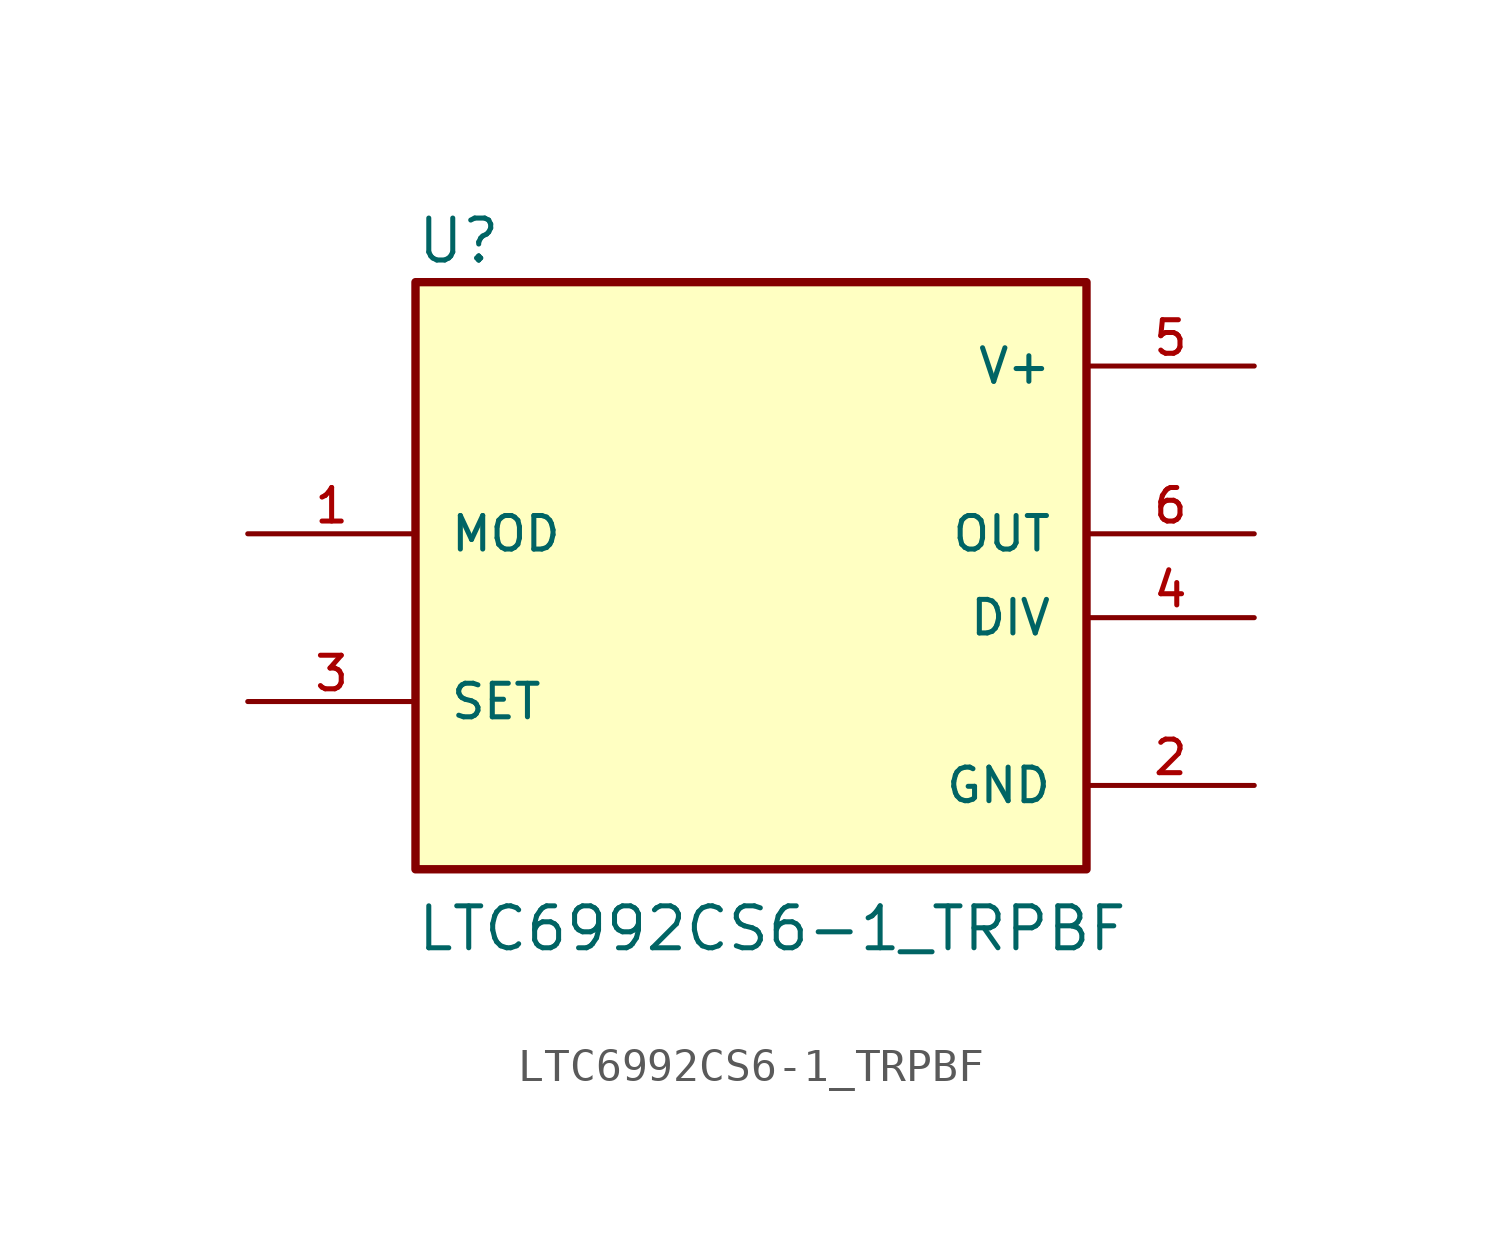
<source format=kicad_sym>
(kicad_symbol_lib
  (version 20211014)
  (generator kicad_symbol_editor)
  (symbol "LTC6992CS6-1_TRPBF"
    (pin_names
      (offset 1.016))
    (property "Reference" "U"
      (at -10.16 8.128 0)
      (effects (font (size 1.27 1.27)) (justify bottom left)))
    (property "Value" "LTC6992CS6-1_TRPBF"
      (at -10.16 -12.7 0)
      (effects (font (size 1.27 1.27)) (justify bottom left)))
    (symbol "LTC6992CS6-1_TRPBF_0_0"
      (rectangle (start -10.16 -10.16) (end 10.16 7.62) (stroke (width 0.254)) (fill (type background)))
      (pin power_in line (at 15.24 5.08 180.0) (length 5.08) (name "V+" (effects (font (size 1.016 1.016)))) (number "5" (effects (font (size 1.016 1.016)))))
      (pin input line (at 15.24 -2.54 180.0) (length 5.08) (name "DIV" (effects (font (size 1.016 1.016)))) (number "4" (effects (font (size 1.016 1.016)))))
      (pin input line (at -15.24 -5.08 0) (length 5.08) (name "SET" (effects (font (size 1.016 1.016)))) (number "3" (effects (font (size 1.016 1.016)))))
      (pin output line (at 15.24 0.0 180.0) (length 5.08) (name "OUT" (effects (font (size 1.016 1.016)))) (number "6" (effects (font (size 1.016 1.016)))))
      (pin input line (at -15.24 0.0 0) (length 5.08) (name "MOD" (effects (font (size 1.016 1.016)))) (number "1" (effects (font (size 1.016 1.016)))))
      (pin power_in line (at 15.24 -7.62 180.0) (length 5.08) (name "GND" (effects (font (size 1.016 1.016)))) (number "2" (effects (font (size 1.016 1.016))))))))
</source>
